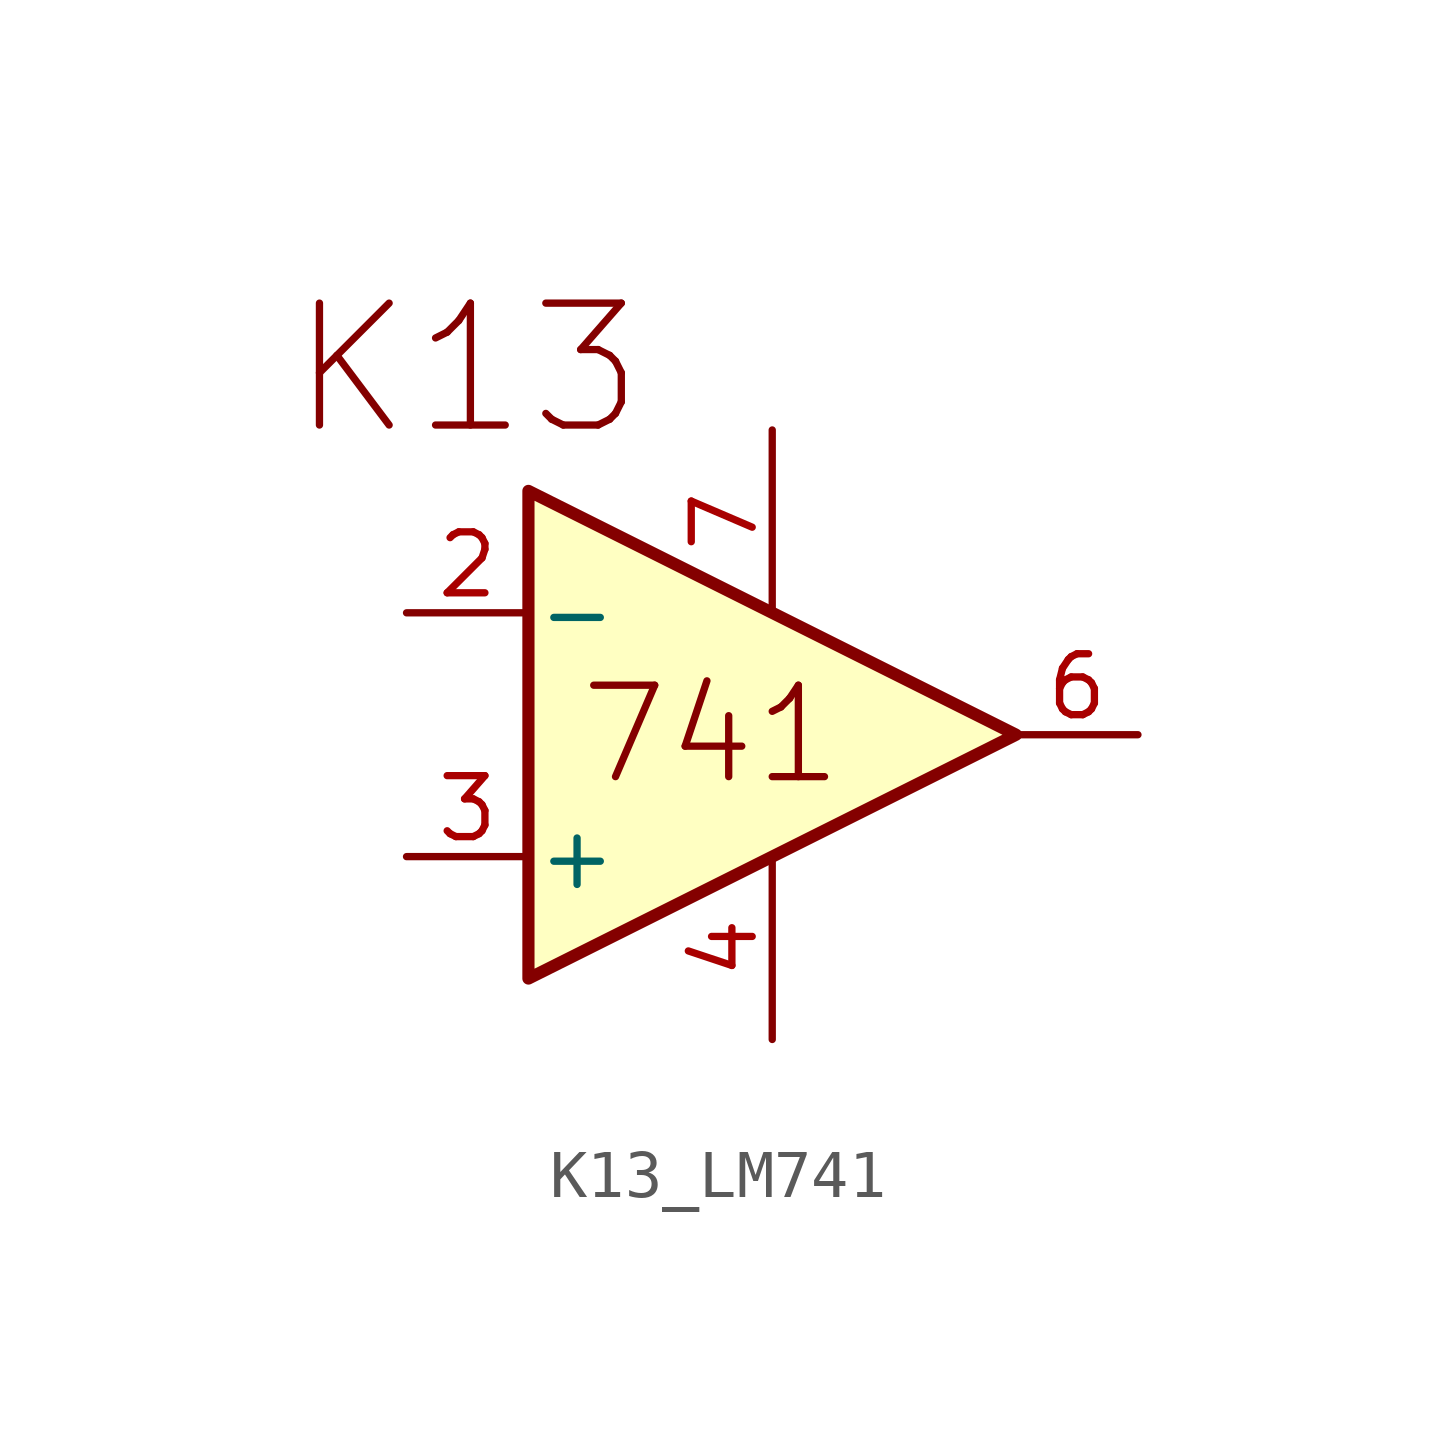
<source format=kicad_sym>
(kicad_symbol_lib
  (version 20211014)
  (generator kicad_symbol_editor)
  (symbol "K13_LM741"
    (pin_names
      (offset 0.127))
    (property "Reference" "U"
      (at -36.83 20.32 0)
      (effects (font (size 1.27 1.27)) (justify left) hide))
    (symbol "K13_LM741_0_0"
      (text "741" (at -1.27 0 0) (effects (font (size 1.905 1.905))))
      (text "K13" (at -6.35 7.62 0) (effects (font (size 2.54 2.54)))))
    (symbol "K13_LM741_0_1"
      (polyline (pts (xy -5.08 5.08) (xy 5.08 0) (xy -5.08 -5.08) (xy -5.08 5.08)) (stroke (width 0.254) (type default) (color 0 0 0 0)) (fill (type background))))
    (symbol "K13_LM741_1_1"
      (pin input line (at -7.62 2.54 0) (length 2.54) (name "-" (effects (font (size 1.27 1.27)))) (number "2" (effects (font (size 1.27 1.27)))))
      (pin input line (at -7.62 -2.54 0) (length 2.54) (name "+" (effects (font (size 1.27 1.27)))) (number "3" (effects (font (size 1.27 1.27)))))
      (pin power_in line (at 0 -6.35 90) (length 3.81) (name "~" (effects (font (size 1.27 1.27)))) (number "4" (effects (font (size 1.27 1.27)))))
      (pin output line (at 7.62 0 180) (length 2.54) (name "~" (effects (font (size 1.27 1.27)))) (number "6" (effects (font (size 1.27 1.27)))))
      (pin power_in line (at 0 6.35 270) (length 3.81) (name "~" (effects (font (size 1.27 1.27)))) (number "7" (effects (font (size 1.27 1.27))))))))
</source>
